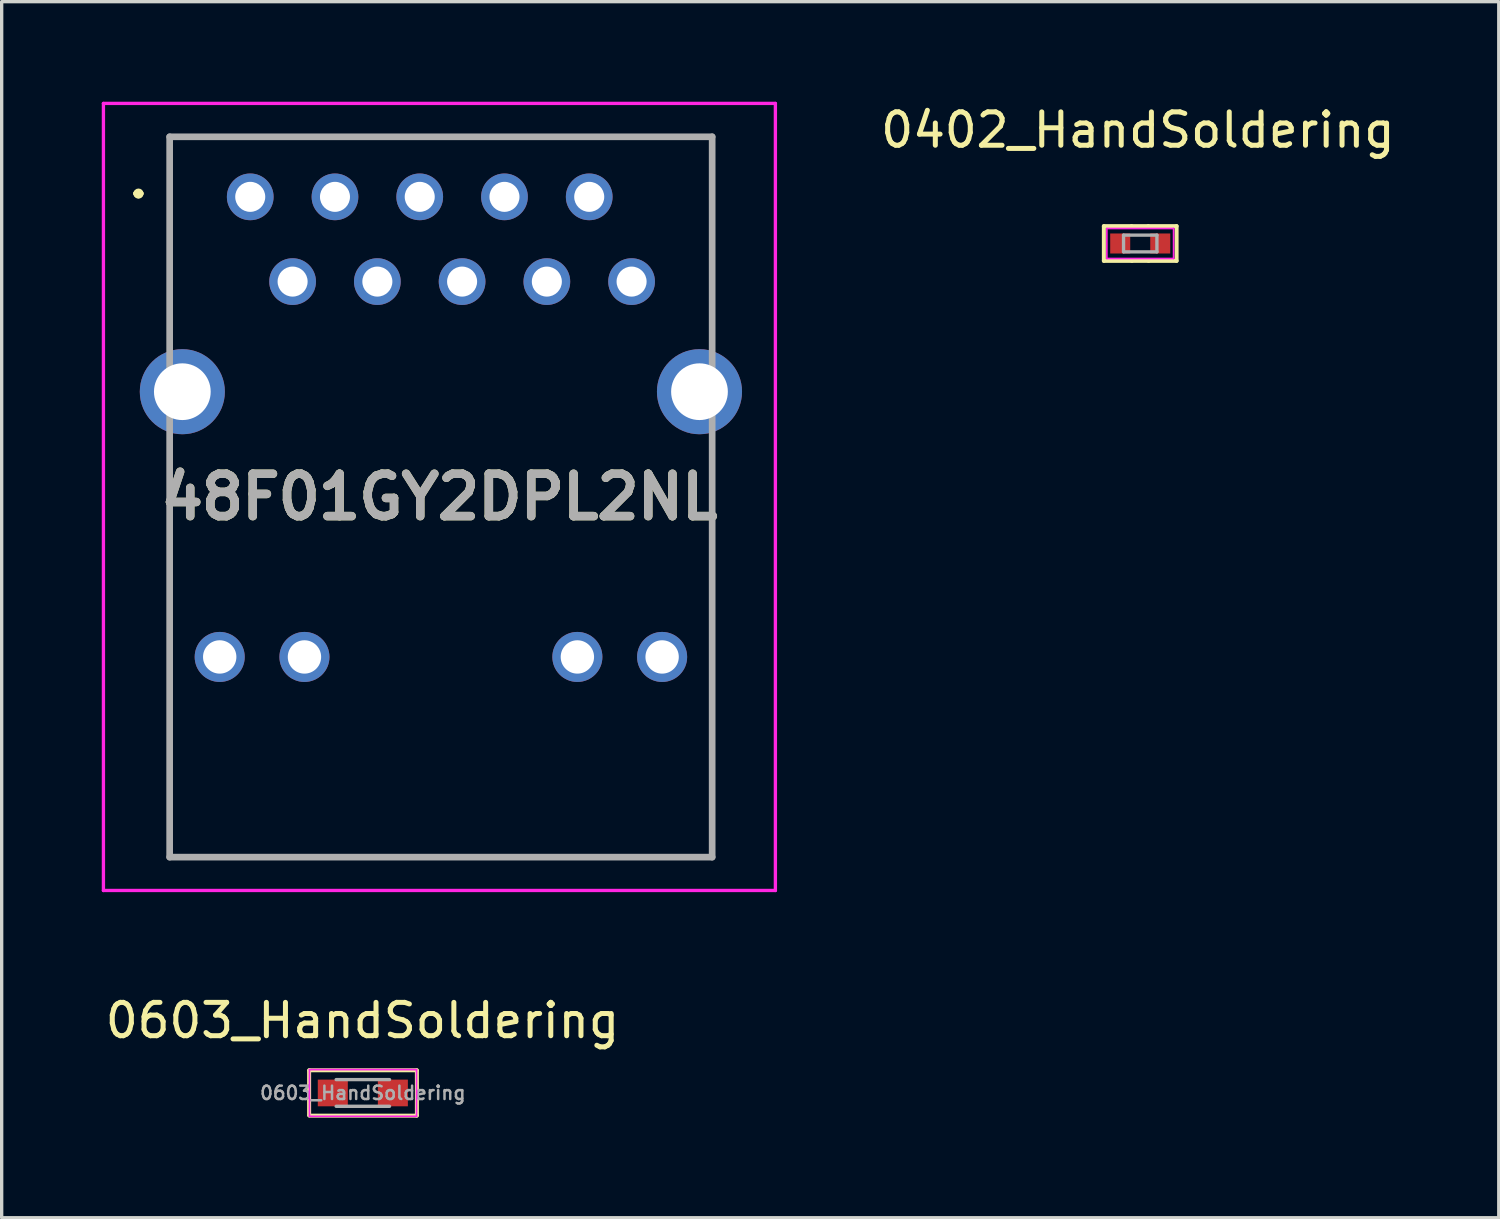
<source format=kicad_pcb>
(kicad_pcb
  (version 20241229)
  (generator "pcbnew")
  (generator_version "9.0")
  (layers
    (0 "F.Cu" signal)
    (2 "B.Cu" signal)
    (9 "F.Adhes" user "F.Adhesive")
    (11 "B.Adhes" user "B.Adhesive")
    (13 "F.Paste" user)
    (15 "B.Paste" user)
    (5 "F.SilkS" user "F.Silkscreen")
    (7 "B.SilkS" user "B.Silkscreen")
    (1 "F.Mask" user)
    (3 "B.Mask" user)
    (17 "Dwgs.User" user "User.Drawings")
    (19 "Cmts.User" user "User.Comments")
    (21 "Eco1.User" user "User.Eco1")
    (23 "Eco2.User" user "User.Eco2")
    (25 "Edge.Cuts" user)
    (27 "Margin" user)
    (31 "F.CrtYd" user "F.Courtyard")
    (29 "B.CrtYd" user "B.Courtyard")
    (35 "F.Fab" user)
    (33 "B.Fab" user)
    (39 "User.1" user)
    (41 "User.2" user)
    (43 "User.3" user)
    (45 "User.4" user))
  (footprint "0603_HandSoldering"
    (layer "F.Cu")
    (at 7.825 29.708)
    (property "Reference" "0603_HandSoldering" (at -0.01 -2.17 0) (layer "F.SilkS") (effects (font (size 1 1) (thickness 0.15))))
    (attr smd)
    (fp_line (start -1.61 -0.68) (end -1.61 0.67) (stroke (width 0.12) (type solid)) (layer "F.SilkS"))
    (fp_line (start -1.6 -0.68) (end 1.61 -0.68) (stroke (width 0.12) (type solid)) (layer "F.SilkS"))
    (fp_line (start 1.61 0.68) (end -1.6 0.68) (stroke (width 0.12) (type solid)) (layer "F.SilkS"))
    (fp_line (start 1.62 -0.68) (end 1.62 0.68) (stroke (width 0.12) (type solid)) (layer "F.SilkS"))
    (fp_line (start -1.6 -0.7) (end -1.6 0.7) (stroke (width 0.05) (type solid)) (layer "F.CrtYd"))
    (fp_line (start -1.6 -0.7) (end 1.61 -0.7) (stroke (width 0.05) (type solid)) (layer "F.CrtYd"))
    (fp_line (start 1.61 0.7) (end -1.6 0.7) (stroke (width 0.05) (type solid)) (layer "F.CrtYd"))
    (fp_line (start 1.61 0.7) (end 1.61 -0.7) (stroke (width 0.05) (type solid)) (layer "F.CrtYd"))
    (fp_line (start -0.8 -0.4) (end 0.8 -0.4) (stroke (width 0.1) (type solid)) (layer "F.Fab"))
    (fp_line (start 0.8 0.4) (end -0.8 0.4) (stroke (width 0.1) (type solid)) (layer "F.Fab"))
    (fp_text user "${REFERENCE}" (at 0 0 0) (layer "F.Fab") (effects (font (size 0.4 0.4) (thickness 0.075))))
    (pad "1" smd rect (at -0.9 0) (size 0.9 0.8) (layers "F.Cu" "F.Mask" "F.Paste"))
    (pad "2" smd rect (at 0.9 0) (size 0.9 0.8) (layers "F.Cu" "F.Mask" "F.Paste")))
  (footprint "48F01GY2DPL2NL"
    (layer "F.Cu")
    (at 4.45 2.85)
    (property "Reference" "48F01GY2DPL2NL" (at 5.67 8.995 0) (layer "F.SilkS") (effects (font (size 1.27 1.27) (thickness 0.254))))
    (attr through_hole)
    (fp_line (start -3.4 -0.1) (end -3.4 -0.1) (stroke (width 0.2) (type solid)) (layer "F.SilkS"))
    (fp_line (start -3.4 -0.1) (end -3.4 -0.1) (stroke (width 0.2) (type solid)) (layer "F.SilkS"))
    (fp_line (start -3.3 -0.1) (end -3.3 -0.1) (stroke (width 0.2) (type solid)) (layer "F.SilkS"))
    (fp_line (start -2.415 -1.8) (end -2.415 -1.8) (stroke (width 0.1) (type solid)) (layer "F.SilkS"))
    (fp_line (start -2.415 -1.8) (end -2.415 -1.8) (stroke (width 0.1) (type solid)) (layer "F.SilkS"))
    (fp_line (start -2.415 -1.8) (end -2.415 4) (stroke (width 0.1) (type solid)) (layer "F.SilkS"))
    (fp_line (start -2.415 -1.8) (end 13.75 -1.8) (stroke (width 0.1) (type solid)) (layer "F.SilkS"))
    (fp_line (start -2.415 4) (end -2.415 -1.8) (stroke (width 0.1) (type solid)) (layer "F.SilkS"))
    (fp_line (start -2.415 4) (end -2.415 4) (stroke (width 0.1) (type solid)) (layer "F.SilkS"))
    (fp_line (start -2.415 8) (end -2.415 8) (stroke (width 0.1) (type solid)) (layer "F.SilkS"))
    (fp_line (start -2.415 8) (end -2.415 19.79) (stroke (width 0.1) (type solid)) (layer "F.SilkS"))
    (fp_line (start -2.415 19.79) (end -2.415 8) (stroke (width 0.1) (type solid)) (layer "F.SilkS"))
    (fp_line (start -2.415 19.79) (end -2.415 19.79) (stroke (width 0.1) (type solid)) (layer "F.SilkS"))
    (fp_line (start -2.415 19.79) (end -2.415 19.79) (stroke (width 0.1) (type solid)) (layer "F.SilkS"))
    (fp_line (start -2.415 19.79) (end 13.845 19.79) (stroke (width 0.1) (type solid)) (layer "F.SilkS"))
    (fp_line (start 13.75 -1.8) (end -2.415 -1.8) (stroke (width 0.1) (type solid)) (layer "F.SilkS"))
    (fp_line (start 13.75 -1.8) (end 13.75 -1.8) (stroke (width 0.1) (type solid)) (layer "F.SilkS"))
    (fp_line (start 13.845 -1.8) (end 13.845 -1.8) (stroke (width 0.1) (type solid)) (layer "F.SilkS"))
    (fp_line (start 13.845 -1.8) (end 13.845 3.75) (stroke (width 0.1) (type solid)) (layer "F.SilkS"))
    (fp_line (start 13.845 3.75) (end 13.845 -1.8) (stroke (width 0.1) (type solid)) (layer "F.SilkS"))
    (fp_line (start 13.845 3.75) (end 13.845 3.75) (stroke (width 0.1) (type solid)) (layer "F.SilkS"))
    (fp_line (start 13.845 8) (end 13.845 8) (stroke (width 0.1) (type solid)) (layer "F.SilkS"))
    (fp_line (start 13.845 8) (end 13.845 19.79) (stroke (width 0.1) (type solid)) (layer "F.SilkS"))
    (fp_line (start 13.845 19.79) (end -2.415 19.79) (stroke (width 0.1) (type solid)) (layer "F.SilkS"))
    (fp_line (start 13.845 19.79) (end 13.845 8) (stroke (width 0.1) (type solid)) (layer "F.SilkS"))
    (fp_line (start 13.845 19.79) (end 13.845 19.79) (stroke (width 0.1) (type solid)) (layer "F.SilkS"))
    (fp_line (start 13.845 19.79) (end 13.845 19.79) (stroke (width 0.1) (type solid)) (layer "F.SilkS"))
    (fp_arc (start -3.4 -0.1) (mid -3.35 -0.15) (end -3.3 -0.1) (stroke (width 0.2) (type solid)) (layer "F.SilkS"))
    (fp_arc (start -3.3 -0.1) (mid -3.35 -0.05) (end -3.4 -0.1) (stroke (width 0.2) (type solid)) (layer "F.SilkS"))
    (fp_arc (start -3.3 -0.1) (mid -3.35 -0.05) (end -3.4 -0.1) (stroke (width 0.2) (type solid)) (layer "F.SilkS"))
    (fp_line (start -4.4 -2.8) (end 15.74 -2.8) (stroke (width 0.1) (type solid)) (layer "F.CrtYd"))
    (fp_line (start -4.4 20.79) (end -4.4 -2.8) (stroke (width 0.1) (type solid)) (layer "F.CrtYd"))
    (fp_line (start 15.74 -2.8) (end 15.74 20.79) (stroke (width 0.1) (type solid)) (layer "F.CrtYd"))
    (fp_line (start 15.74 20.79) (end -4.4 20.79) (stroke (width 0.1) (type solid)) (layer "F.CrtYd"))
    (fp_line (start -2.415 -1.8) (end -2.415 19.79) (stroke (width 0.2) (type solid)) (layer "F.Fab"))
    (fp_line (start -2.415 19.79) (end 13.845 19.79) (stroke (width 0.2) (type solid)) (layer "F.Fab"))
    (fp_line (start 13.845 -1.8) (end -2.415 -1.8) (stroke (width 0.2) (type solid)) (layer "F.Fab"))
    (fp_line (start 13.845 19.79) (end 13.845 -1.8) (stroke (width 0.2) (type solid)) (layer "F.Fab"))
    (fp_text user "${REFERENCE}" (at 5.67 8.995 0) (layer "F.Fab") (effects (font (size 1.27 1.27) (thickness 0.254))))
    (pad "" np_thru_hole circle (at 0 8.89) (size 0.001 0.001) (drill 3.2) (layers "*.Cu" "*.Mask"))
    (pad "" np_thru_hole circle (at 11.43 8.89) (size 0.001 0.001) (drill 3.2) (layers "*.Cu" "*.Mask"))
    (pad "1" thru_hole circle (at 0 0) (size 1.4 1.4) (drill 0.9) (layers "*.Cu" "*.Mask"))
    (pad "2" thru_hole circle (at 1.27 2.54) (size 1.4 1.4) (drill 0.9) (layers "*.Cu" "*.Mask"))
    (pad "3" thru_hole circle (at 2.54 0) (size 1.4 1.4) (drill 0.9) (layers "*.Cu" "*.Mask"))
    (pad "4" thru_hole circle (at 3.81 2.54) (size 1.4 1.4) (drill 0.9) (layers "*.Cu" "*.Mask"))
    (pad "5" thru_hole circle (at 5.08 0) (size 1.4 1.4) (drill 0.9) (layers "*.Cu" "*.Mask"))
    (pad "6" thru_hole circle (at 6.35 2.54) (size 1.4 1.4) (drill 0.9) (layers "*.Cu" "*.Mask"))
    (pad "7" thru_hole circle (at 7.62 0) (size 1.4 1.4) (drill 0.9) (layers "*.Cu" "*.Mask"))
    (pad "8" thru_hole circle (at 8.89 2.54) (size 1.4 1.4) (drill 0.9) (layers "*.Cu" "*.Mask"))
    (pad "9" thru_hole circle (at 10.16 0) (size 1.4 1.4) (drill 0.9) (layers "*.Cu" "*.Mask"))
    (pad "10" thru_hole circle (at 11.43 2.54) (size 1.4 1.4) (drill 0.9) (layers "*.Cu" "*.Mask"))
    (pad "11" thru_hole circle (at -0.915 13.79) (size 1.5 1.5) (drill 1) (layers "*.Cu" "*.Mask"))
    (pad "12" thru_hole circle (at 1.625 13.79) (size 1.5 1.5) (drill 1) (layers "*.Cu" "*.Mask"))
    (pad "13" thru_hole circle (at 9.805 13.79) (size 1.5 1.5) (drill 1) (layers "*.Cu" "*.Mask"))
    (pad "14" thru_hole circle (at 12.345 13.79) (size 1.5 1.5) (drill 1) (layers "*.Cu" "*.Mask"))
    (pad "MH1" thru_hole circle (at -2.035 5.84) (size 2.55 2.55) (drill 1.7) (layers "*.Cu" "*.Mask"))
    (pad "MH2" thru_hole circle (at 13.465 5.84) (size 2.55 2.55) (drill 1.7) (layers "*.Cu" "*.Mask")))
  (footprint "0402_HandSoldering"
    (layer "F.Cu")
    (at 31.125 4.248)
    (property "Reference" "0402_HandSoldering" (at -0.07 -3.4 0) (layer "F.SilkS") (effects (font (size 1 1) (thickness 0.15))))
    (attr smd)
    (fp_line (start -1.09 -0.52) (end -1.09 0.52) (stroke (width 0.12) (type solid)) (layer "F.SilkS"))
    (fp_line (start -0.26 -0.52) (end -1.09 -0.52) (stroke (width 0.12) (type solid)) (layer "F.SilkS"))
    (fp_line (start -0.25 0.52) (end -1.09 0.52) (stroke (width 0.12) (type solid)) (layer "F.SilkS"))
    (fp_line (start -0.25 0.52) (end 0.25 0.52) (stroke (width 0.12) (type solid)) (layer "F.SilkS"))
    (fp_line (start 0.24 -0.52) (end -0.26 -0.52) (stroke (width 0.12) (type solid)) (layer "F.SilkS"))
    (fp_line (start 1.09 -0.52) (end 0.24 -0.52) (stroke (width 0.12) (type solid)) (layer "F.SilkS"))
    (fp_line (start 1.09 0.52) (end 0.25 0.52) (stroke (width 0.12) (type solid)) (layer "F.SilkS"))
    (fp_line (start 1.09 0.52) (end 1.09 -0.52) (stroke (width 0.12) (type solid)) (layer "F.SilkS"))
    (fp_line (start -1 -0.45) (end -1 0.45) (stroke (width 0.05) (type solid)) (layer "F.CrtYd"))
    (fp_line (start -1 -0.45) (end 1 -0.45) (stroke (width 0.05) (type solid)) (layer "F.CrtYd"))
    (fp_line (start -1 0.45) (end 1 0.45) (stroke (width 0.05) (type solid)) (layer "F.CrtYd"))
    (fp_line (start 1 0.45) (end 1 -0.45) (stroke (width 0.05) (type solid)) (layer "F.CrtYd"))
    (fp_line (start -0.5 -0.25) (end 0.5 -0.25) (stroke (width 0.1) (type solid)) (layer "F.Fab"))
    (fp_line (start -0.5 0.25) (end -0.5 -0.25) (stroke (width 0.1) (type solid)) (layer "F.Fab"))
    (fp_line (start 0.5 -0.25) (end 0.5 0.25) (stroke (width 0.1) (type solid)) (layer "F.Fab"))
    (fp_line (start 0.5 0.25) (end -0.5 0.25) (stroke (width 0.1) (type solid)) (layer "F.Fab"))
    (pad "1" smd rect (at -0.6 0) (size 0.6 0.6) (layers "F.Cu" "F.Mask" "F.Paste"))
    (pad "2" smd rect (at 0.6 0) (size 0.6 0.6) (layers "F.Cu" "F.Mask" "F.Paste")))
  (gr_rect
    (start -3 -3)
    (end 41.871 33.448)
    (stroke (width 0.1) (type default))
    (fill no)
    (layer "Edge.Cuts")))
</source>
